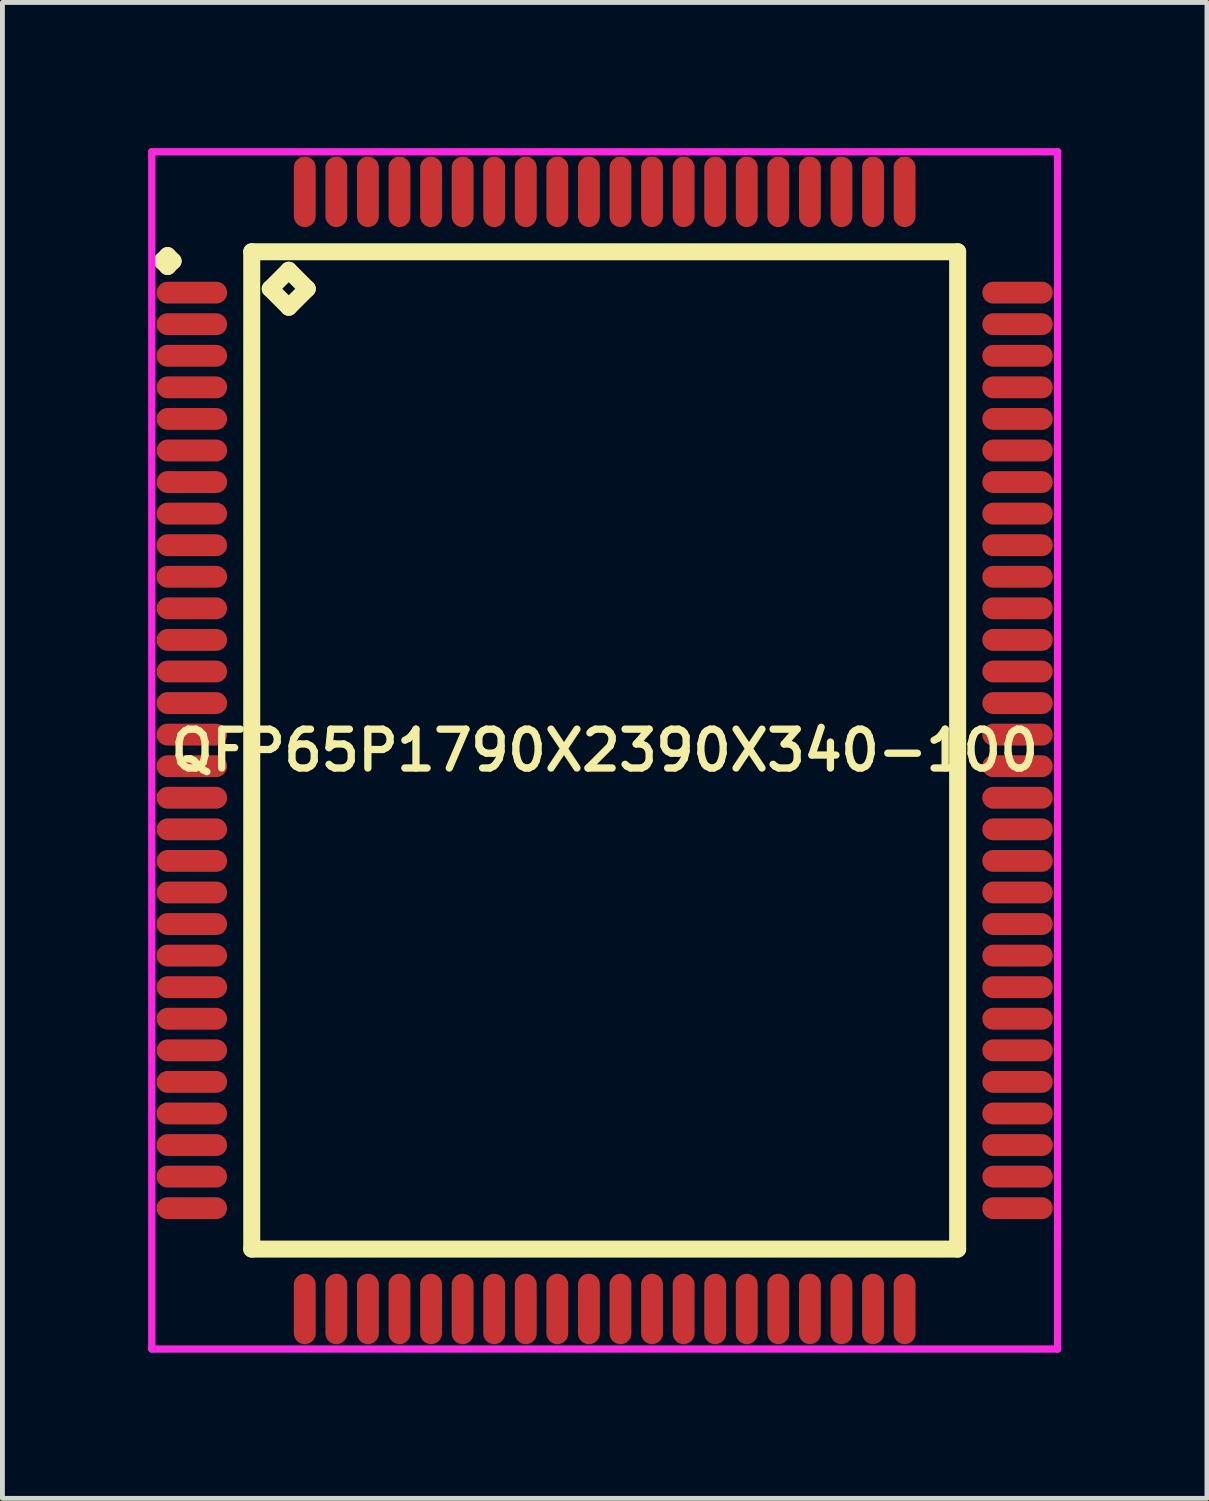
<source format=kicad_pcb>
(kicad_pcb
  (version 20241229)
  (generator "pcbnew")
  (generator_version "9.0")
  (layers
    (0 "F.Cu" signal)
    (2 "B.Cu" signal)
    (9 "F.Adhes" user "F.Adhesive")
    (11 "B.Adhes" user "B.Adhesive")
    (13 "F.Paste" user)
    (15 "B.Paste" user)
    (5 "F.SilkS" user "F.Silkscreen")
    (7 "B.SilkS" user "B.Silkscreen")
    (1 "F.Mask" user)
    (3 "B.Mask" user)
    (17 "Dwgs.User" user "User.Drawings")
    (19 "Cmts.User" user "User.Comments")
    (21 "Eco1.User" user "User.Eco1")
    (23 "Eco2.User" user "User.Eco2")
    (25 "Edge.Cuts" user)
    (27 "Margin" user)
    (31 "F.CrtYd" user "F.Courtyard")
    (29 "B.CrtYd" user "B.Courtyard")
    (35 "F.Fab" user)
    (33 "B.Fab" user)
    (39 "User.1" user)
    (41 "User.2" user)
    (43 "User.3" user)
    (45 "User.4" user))
  (footprint "QFP65P1790X2390X340-100"
    (layer "F.Cu")
    (at 9.4 12.4)
    (property "Reference" "QFP65P1790X2390X340-100" (at 0 0 0) (layer "F.SilkS") (effects (font (size 0.8 0.8) (thickness 0.15))))
    (attr smd)
    (fp_line (start -9.113 -10.075) (end -9 -10.188) (stroke (width 0.35) (type solid)) (layer "F.SilkS"))
    (fp_line (start -9 -10.188) (end -8.887 -10.075) (stroke (width 0.35) (type solid)) (layer "F.SilkS"))
    (fp_line (start -9 -9.963) (end -9.113 -10.075) (stroke (width 0.35) (type solid)) (layer "F.SilkS"))
    (fp_line (start -8.887 -10.075) (end -9 -9.963) (stroke (width 0.35) (type solid)) (layer "F.SilkS"))
    (fp_line (start -7.267 -10.267) (end -7.267 10.267) (stroke (width 0.35) (type solid)) (layer "F.SilkS"))
    (fp_line (start -7.267 10.267) (end 7.267 10.267) (stroke (width 0.35) (type solid)) (layer "F.SilkS"))
    (fp_line (start -6.886 -9.505) (end -6.505 -9.886) (stroke (width 0.35) (type solid)) (layer "F.SilkS"))
    (fp_line (start -6.505 -9.886) (end -6.124 -9.505) (stroke (width 0.35) (type solid)) (layer "F.SilkS"))
    (fp_line (start -6.505 -9.124) (end -6.886 -9.505) (stroke (width 0.35) (type solid)) (layer "F.SilkS"))
    (fp_line (start -6.124 -9.505) (end -6.505 -9.124) (stroke (width 0.35) (type solid)) (layer "F.SilkS"))
    (fp_line (start 7.267 -10.267) (end -7.267 -10.267) (stroke (width 0.35) (type solid)) (layer "F.SilkS"))
    (fp_line (start 7.267 10.267) (end 7.267 -10.267) (stroke (width 0.35) (type solid)) (layer "F.SilkS"))
    (fp_line (start -9.325 -12.325) (end 9.325 -12.325) (stroke (width 0.15) (type solid)) (layer "F.CrtYd"))
    (fp_line (start -9.325 12.325) (end -9.325 -12.325) (stroke (width 0.15) (type solid)) (layer "F.CrtYd"))
    (fp_line (start 9.325 -12.325) (end 9.325 12.325) (stroke (width 0.15) (type solid)) (layer "F.CrtYd"))
    (fp_line (start 9.325 12.325) (end -9.325 12.325) (stroke (width 0.15) (type solid)) (layer "F.CrtYd"))
    (pad "1" smd oval (at -8.5 -9.425) (size 1.45 0.45) (layers "F.Cu" "F.Mask" "F.Paste"))
    (pad "2" smd oval (at -8.5 -8.775) (size 1.45 0.45) (layers "F.Cu" "F.Mask" "F.Paste"))
    (pad "3" smd oval (at -8.5 -8.125) (size 1.45 0.45) (layers "F.Cu" "F.Mask" "F.Paste"))
    (pad "4" smd oval (at -8.5 -7.475) (size 1.45 0.45) (layers "F.Cu" "F.Mask" "F.Paste"))
    (pad "5" smd oval (at -8.5 -6.825) (size 1.45 0.45) (layers "F.Cu" "F.Mask" "F.Paste"))
    (pad "6" smd oval (at -8.5 -6.175) (size 1.45 0.45) (layers "F.Cu" "F.Mask" "F.Paste"))
    (pad "7" smd oval (at -8.5 -5.525) (size 1.45 0.45) (layers "F.Cu" "F.Mask" "F.Paste"))
    (pad "8" smd oval (at -8.5 -4.875) (size 1.45 0.45) (layers "F.Cu" "F.Mask" "F.Paste"))
    (pad "9" smd oval (at -8.5 -4.225) (size 1.45 0.45) (layers "F.Cu" "F.Mask" "F.Paste"))
    (pad "10" smd oval (at -8.5 -3.575) (size 1.45 0.45) (layers "F.Cu" "F.Mask" "F.Paste"))
    (pad "11" smd oval (at -8.5 -2.925) (size 1.45 0.45) (layers "F.Cu" "F.Mask" "F.Paste"))
    (pad "12" smd oval (at -8.5 -2.275) (size 1.45 0.45) (layers "F.Cu" "F.Mask" "F.Paste"))
    (pad "13" smd oval (at -8.5 -1.625) (size 1.45 0.45) (layers "F.Cu" "F.Mask" "F.Paste"))
    (pad "14" smd oval (at -8.5 -0.975) (size 1.45 0.45) (layers "F.Cu" "F.Mask" "F.Paste"))
    (pad "15" smd oval (at -8.5 -0.325) (size 1.45 0.45) (layers "F.Cu" "F.Mask" "F.Paste"))
    (pad "16" smd oval (at -8.5 0.325) (size 1.45 0.45) (layers "F.Cu" "F.Mask" "F.Paste"))
    (pad "17" smd oval (at -8.5 0.975) (size 1.45 0.45) (layers "F.Cu" "F.Mask" "F.Paste"))
    (pad "18" smd oval (at -8.5 1.625) (size 1.45 0.45) (layers "F.Cu" "F.Mask" "F.Paste"))
    (pad "19" smd oval (at -8.5 2.275) (size 1.45 0.45) (layers "F.Cu" "F.Mask" "F.Paste"))
    (pad "20" smd oval (at -8.5 2.925) (size 1.45 0.45) (layers "F.Cu" "F.Mask" "F.Paste"))
    (pad "21" smd oval (at -8.5 3.575) (size 1.45 0.45) (layers "F.Cu" "F.Mask" "F.Paste"))
    (pad "22" smd oval (at -8.5 4.225) (size 1.45 0.45) (layers "F.Cu" "F.Mask" "F.Paste"))
    (pad "23" smd oval (at -8.5 4.875) (size 1.45 0.45) (layers "F.Cu" "F.Mask" "F.Paste"))
    (pad "24" smd oval (at -8.5 5.525) (size 1.45 0.45) (layers "F.Cu" "F.Mask" "F.Paste"))
    (pad "25" smd oval (at -8.5 6.175) (size 1.45 0.45) (layers "F.Cu" "F.Mask" "F.Paste"))
    (pad "26" smd oval (at -8.5 6.825) (size 1.45 0.45) (layers "F.Cu" "F.Mask" "F.Paste"))
    (pad "27" smd oval (at -8.5 7.475) (size 1.45 0.45) (layers "F.Cu" "F.Mask" "F.Paste"))
    (pad "28" smd oval (at -8.5 8.125) (size 1.45 0.45) (layers "F.Cu" "F.Mask" "F.Paste"))
    (pad "29" smd oval (at -8.5 8.775) (size 1.45 0.45) (layers "F.Cu" "F.Mask" "F.Paste"))
    (pad "30" smd oval (at -8.5 9.425) (size 1.45 0.45) (layers "F.Cu" "F.Mask" "F.Paste"))
    (pad "31" smd oval (at -6.175 11.5) (size 0.45 1.45) (layers "F.Cu" "F.Mask" "F.Paste"))
    (pad "32" smd oval (at -5.525 11.5) (size 0.45 1.45) (layers "F.Cu" "F.Mask" "F.Paste"))
    (pad "33" smd oval (at -4.875 11.5) (size 0.45 1.45) (layers "F.Cu" "F.Mask" "F.Paste"))
    (pad "34" smd oval (at -4.225 11.5) (size 0.45 1.45) (layers "F.Cu" "F.Mask" "F.Paste"))
    (pad "35" smd oval (at -3.575 11.5) (size 0.45 1.45) (layers "F.Cu" "F.Mask" "F.Paste"))
    (pad "36" smd oval (at -2.925 11.5) (size 0.45 1.45) (layers "F.Cu" "F.Mask" "F.Paste"))
    (pad "37" smd oval (at -2.275 11.5) (size 0.45 1.45) (layers "F.Cu" "F.Mask" "F.Paste"))
    (pad "38" smd oval (at -1.625 11.5) (size 0.45 1.45) (layers "F.Cu" "F.Mask" "F.Paste"))
    (pad "39" smd oval (at -0.975 11.5) (size 0.45 1.45) (layers "F.Cu" "F.Mask" "F.Paste"))
    (pad "40" smd oval (at -0.325 11.5) (size 0.45 1.45) (layers "F.Cu" "F.Mask" "F.Paste"))
    (pad "41" smd oval (at 0.325 11.5) (size 0.45 1.45) (layers "F.Cu" "F.Mask" "F.Paste"))
    (pad "42" smd oval (at 0.975 11.5) (size 0.45 1.45) (layers "F.Cu" "F.Mask" "F.Paste"))
    (pad "43" smd oval (at 1.625 11.5) (size 0.45 1.45) (layers "F.Cu" "F.Mask" "F.Paste"))
    (pad "44" smd oval (at 2.275 11.5) (size 0.45 1.45) (layers "F.Cu" "F.Mask" "F.Paste"))
    (pad "45" smd oval (at 2.925 11.5) (size 0.45 1.45) (layers "F.Cu" "F.Mask" "F.Paste"))
    (pad "46" smd oval (at 3.575 11.5) (size 0.45 1.45) (layers "F.Cu" "F.Mask" "F.Paste"))
    (pad "47" smd oval (at 4.225 11.5) (size 0.45 1.45) (layers "F.Cu" "F.Mask" "F.Paste"))
    (pad "48" smd oval (at 4.875 11.5) (size 0.45 1.45) (layers "F.Cu" "F.Mask" "F.Paste"))
    (pad "49" smd oval (at 5.525 11.5) (size 0.45 1.45) (layers "F.Cu" "F.Mask" "F.Paste"))
    (pad "50" smd oval (at 6.175 11.5) (size 0.45 1.45) (layers "F.Cu" "F.Mask" "F.Paste"))
    (pad "51" smd oval (at 8.5 9.425) (size 1.45 0.45) (layers "F.Cu" "F.Mask" "F.Paste"))
    (pad "52" smd oval (at 8.5 8.775) (size 1.45 0.45) (layers "F.Cu" "F.Mask" "F.Paste"))
    (pad "53" smd oval (at 8.5 8.125) (size 1.45 0.45) (layers "F.Cu" "F.Mask" "F.Paste"))
    (pad "54" smd oval (at 8.5 7.475) (size 1.45 0.45) (layers "F.Cu" "F.Mask" "F.Paste"))
    (pad "55" smd oval (at 8.5 6.825) (size 1.45 0.45) (layers "F.Cu" "F.Mask" "F.Paste"))
    (pad "56" smd oval (at 8.5 6.175) (size 1.45 0.45) (layers "F.Cu" "F.Mask" "F.Paste"))
    (pad "57" smd oval (at 8.5 5.525) (size 1.45 0.45) (layers "F.Cu" "F.Mask" "F.Paste"))
    (pad "58" smd oval (at 8.5 4.875) (size 1.45 0.45) (layers "F.Cu" "F.Mask" "F.Paste"))
    (pad "59" smd oval (at 8.5 4.225) (size 1.45 0.45) (layers "F.Cu" "F.Mask" "F.Paste"))
    (pad "60" smd oval (at 8.5 3.575) (size 1.45 0.45) (layers "F.Cu" "F.Mask" "F.Paste"))
    (pad "61" smd oval (at 8.5 2.925) (size 1.45 0.45) (layers "F.Cu" "F.Mask" "F.Paste"))
    (pad "62" smd oval (at 8.5 2.275) (size 1.45 0.45) (layers "F.Cu" "F.Mask" "F.Paste"))
    (pad "63" smd oval (at 8.5 1.625) (size 1.45 0.45) (layers "F.Cu" "F.Mask" "F.Paste"))
    (pad "64" smd oval (at 8.5 0.975) (size 1.45 0.45) (layers "F.Cu" "F.Mask" "F.Paste"))
    (pad "65" smd oval (at 8.5 0.325) (size 1.45 0.45) (layers "F.Cu" "F.Mask" "F.Paste"))
    (pad "66" smd oval (at 8.5 -0.325) (size 1.45 0.45) (layers "F.Cu" "F.Mask" "F.Paste"))
    (pad "67" smd oval (at 8.5 -0.975) (size 1.45 0.45) (layers "F.Cu" "F.Mask" "F.Paste"))
    (pad "68" smd oval (at 8.5 -1.625) (size 1.45 0.45) (layers "F.Cu" "F.Mask" "F.Paste"))
    (pad "69" smd oval (at 8.5 -2.275) (size 1.45 0.45) (layers "F.Cu" "F.Mask" "F.Paste"))
    (pad "70" smd oval (at 8.5 -2.925) (size 1.45 0.45) (layers "F.Cu" "F.Mask" "F.Paste"))
    (pad "71" smd oval (at 8.5 -3.575) (size 1.45 0.45) (layers "F.Cu" "F.Mask" "F.Paste"))
    (pad "72" smd oval (at 8.5 -4.225) (size 1.45 0.45) (layers "F.Cu" "F.Mask" "F.Paste"))
    (pad "73" smd oval (at 8.5 -4.875) (size 1.45 0.45) (layers "F.Cu" "F.Mask" "F.Paste"))
    (pad "74" smd oval (at 8.5 -5.525) (size 1.45 0.45) (layers "F.Cu" "F.Mask" "F.Paste"))
    (pad "75" smd oval (at 8.5 -6.175) (size 1.45 0.45) (layers "F.Cu" "F.Mask" "F.Paste"))
    (pad "76" smd oval (at 8.5 -6.825) (size 1.45 0.45) (layers "F.Cu" "F.Mask" "F.Paste"))
    (pad "77" smd oval (at 8.5 -7.475) (size 1.45 0.45) (layers "F.Cu" "F.Mask" "F.Paste"))
    (pad "78" smd oval (at 8.5 -8.125) (size 1.45 0.45) (layers "F.Cu" "F.Mask" "F.Paste"))
    (pad "79" smd oval (at 8.5 -8.775) (size 1.45 0.45) (layers "F.Cu" "F.Mask" "F.Paste"))
    (pad "80" smd oval (at 8.5 -9.425) (size 1.45 0.45) (layers "F.Cu" "F.Mask" "F.Paste"))
    (pad "81" smd oval (at 6.175 -11.5) (size 0.45 1.45) (layers "F.Cu" "F.Mask" "F.Paste"))
    (pad "82" smd oval (at 5.525 -11.5) (size 0.45 1.45) (layers "F.Cu" "F.Mask" "F.Paste"))
    (pad "83" smd oval (at 4.875 -11.5) (size 0.45 1.45) (layers "F.Cu" "F.Mask" "F.Paste"))
    (pad "84" smd oval (at 4.225 -11.5) (size 0.45 1.45) (layers "F.Cu" "F.Mask" "F.Paste"))
    (pad "85" smd oval (at 3.575 -11.5) (size 0.45 1.45) (layers "F.Cu" "F.Mask" "F.Paste"))
    (pad "86" smd oval (at 2.925 -11.5) (size 0.45 1.45) (layers "F.Cu" "F.Mask" "F.Paste"))
    (pad "87" smd oval (at 2.275 -11.5) (size 0.45 1.45) (layers "F.Cu" "F.Mask" "F.Paste"))
    (pad "88" smd oval (at 1.625 -11.5) (size 0.45 1.45) (layers "F.Cu" "F.Mask" "F.Paste"))
    (pad "89" smd oval (at 0.975 -11.5) (size 0.45 1.45) (layers "F.Cu" "F.Mask" "F.Paste"))
    (pad "90" smd oval (at 0.325 -11.5) (size 0.45 1.45) (layers "F.Cu" "F.Mask" "F.Paste"))
    (pad "91" smd oval (at -0.325 -11.5) (size 0.45 1.45) (layers "F.Cu" "F.Mask" "F.Paste"))
    (pad "92" smd oval (at -0.975 -11.5) (size 0.45 1.45) (layers "F.Cu" "F.Mask" "F.Paste"))
    (pad "93" smd oval (at -1.625 -11.5) (size 0.45 1.45) (layers "F.Cu" "F.Mask" "F.Paste"))
    (pad "94" smd oval (at -2.275 -11.5) (size 0.45 1.45) (layers "F.Cu" "F.Mask" "F.Paste"))
    (pad "95" smd oval (at -2.925 -11.5) (size 0.45 1.45) (layers "F.Cu" "F.Mask" "F.Paste"))
    (pad "96" smd oval (at -3.575 -11.5) (size 0.45 1.45) (layers "F.Cu" "F.Mask" "F.Paste"))
    (pad "97" smd oval (at -4.225 -11.5) (size 0.45 1.45) (layers "F.Cu" "F.Mask" "F.Paste"))
    (pad "98" smd oval (at -4.875 -11.5) (size 0.45 1.45) (layers "F.Cu" "F.Mask" "F.Paste"))
    (pad "99" smd oval (at -5.525 -11.5) (size 0.45 1.45) (layers "F.Cu" "F.Mask" "F.Paste"))
    (pad "100" smd oval (at -6.175 -11.5) (size 0.45 1.45) (layers "F.Cu" "F.Mask" "F.Paste")))
  (gr_rect
    (start -3 -3)
    (end 21.8 27.8)
    (stroke (width 0.1) (type default))
    (fill no)
    (layer "Edge.Cuts")))
</source>
